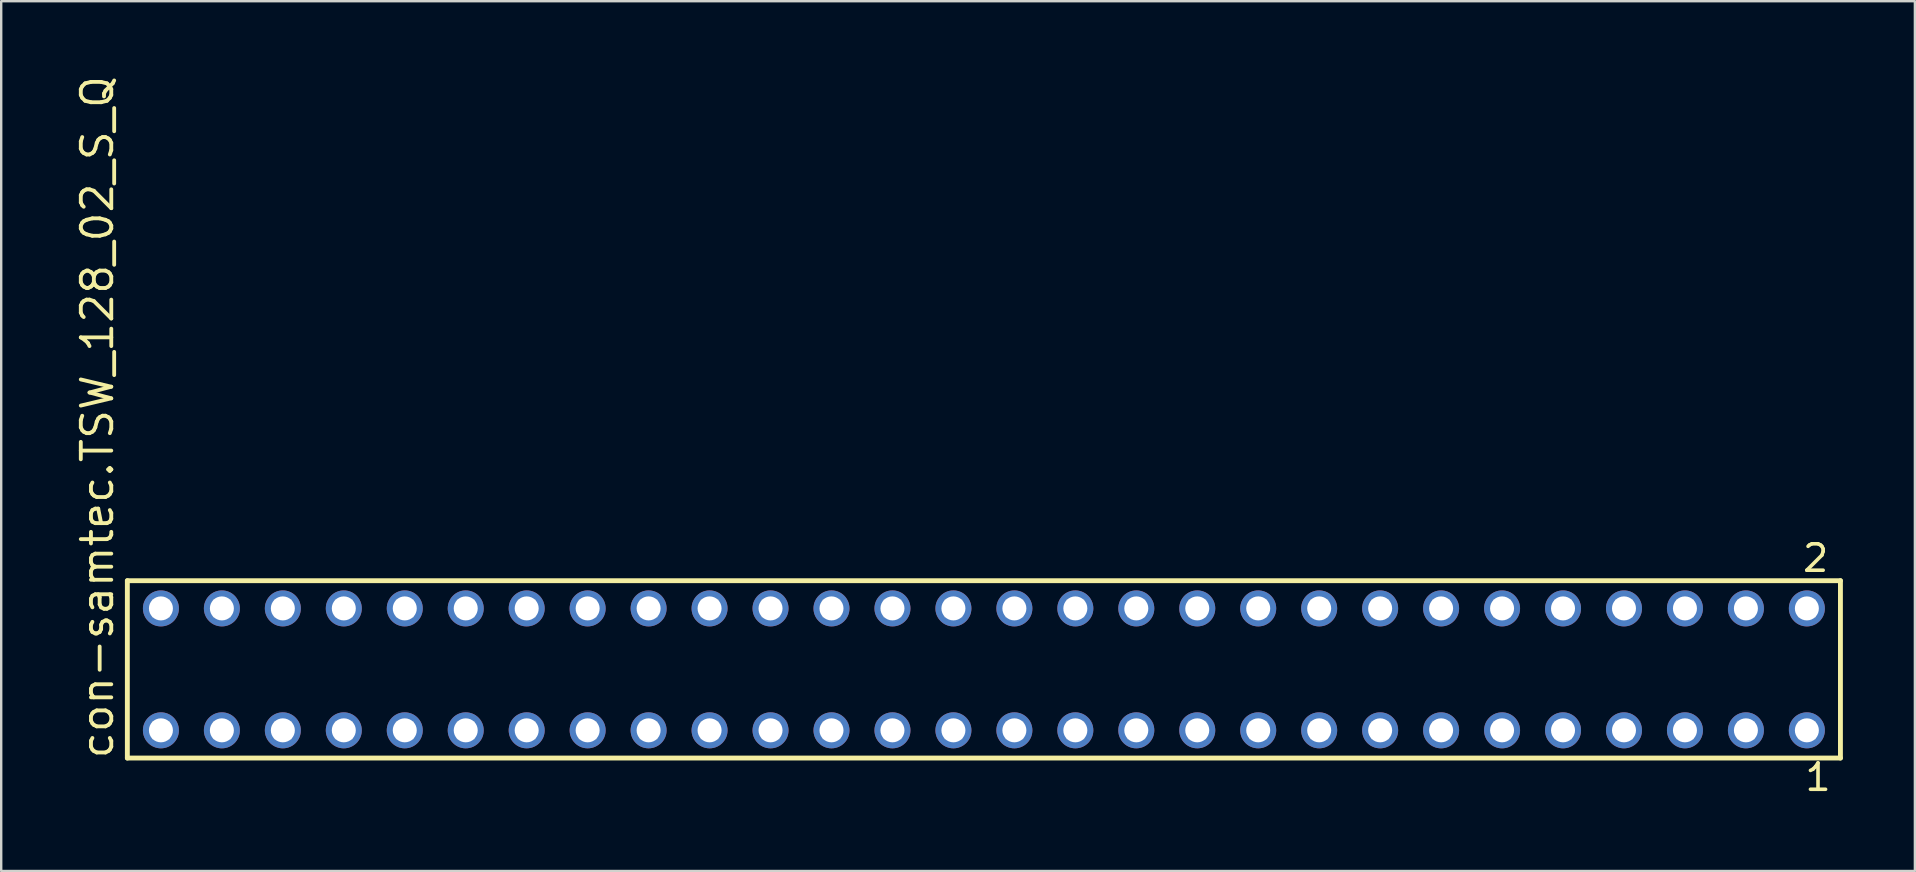
<source format=kicad_pcb>
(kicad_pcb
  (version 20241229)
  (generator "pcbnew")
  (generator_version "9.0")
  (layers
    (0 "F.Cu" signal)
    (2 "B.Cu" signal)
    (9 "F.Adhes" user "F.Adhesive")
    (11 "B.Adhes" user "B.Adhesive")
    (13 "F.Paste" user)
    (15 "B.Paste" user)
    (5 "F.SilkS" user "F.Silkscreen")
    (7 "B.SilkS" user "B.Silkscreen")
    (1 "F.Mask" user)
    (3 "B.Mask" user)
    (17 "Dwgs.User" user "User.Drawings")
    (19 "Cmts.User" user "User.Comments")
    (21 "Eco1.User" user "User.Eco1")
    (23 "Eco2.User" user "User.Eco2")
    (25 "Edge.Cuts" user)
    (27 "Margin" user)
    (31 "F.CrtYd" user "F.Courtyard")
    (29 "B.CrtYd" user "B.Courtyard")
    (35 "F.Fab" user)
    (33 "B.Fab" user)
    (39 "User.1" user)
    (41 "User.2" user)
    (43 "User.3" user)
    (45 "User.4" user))
  (footprint "con-samtec.TSW_128_02_S_Q"
    (layer "F.Cu")
    (at 37.945 24.84)
    (property "Reference" "con-samtec.TSW_128_02_S_Q" (at -36.195 3.81 90) (layer "F.SilkS") (effects (font (size 1.27 1.27) (thickness 0.16)) (justify left bottom)))
    (attr through_hole)
    (fp_line (start -35.689 -3.695) (end 35.689 -3.695) (stroke (width 0.203) (type default)) (layer "F.SilkS"))
    (fp_line (start -35.689 3.695) (end -35.689 -3.695) (stroke (width 0.203) (type default)) (layer "F.SilkS"))
    (fp_line (start 35.689 -3.695) (end 35.689 3.695) (stroke (width 0.203) (type default)) (layer "F.SilkS"))
    (fp_line (start 35.689 3.695) (end -35.689 3.695) (stroke (width 0.203) (type default)) (layer "F.SilkS"))
    (fp_rect (start -34.64 -2.19) (end -33.94 -2.89) (stroke (width 0.05) (type default)) (fill no) (layer "F.Fab"))
    (fp_rect (start -34.64 2.89) (end -33.94 2.19) (stroke (width 0.05) (type default)) (fill no) (layer "F.Fab"))
    (fp_rect (start -32.1 -2.19) (end -31.4 -2.89) (stroke (width 0.05) (type default)) (fill no) (layer "F.Fab"))
    (fp_rect (start -32.1 2.89) (end -31.4 2.19) (stroke (width 0.05) (type default)) (fill no) (layer "F.Fab"))
    (fp_rect (start -29.56 -2.19) (end -28.86 -2.89) (stroke (width 0.05) (type default)) (fill no) (layer "F.Fab"))
    (fp_rect (start -29.56 2.89) (end -28.86 2.19) (stroke (width 0.05) (type default)) (fill no) (layer "F.Fab"))
    (fp_rect (start -27.02 -2.19) (end -26.32 -2.89) (stroke (width 0.05) (type default)) (fill no) (layer "F.Fab"))
    (fp_rect (start -27.02 2.89) (end -26.32 2.19) (stroke (width 0.05) (type default)) (fill no) (layer "F.Fab"))
    (fp_rect (start -24.48 -2.19) (end -23.78 -2.89) (stroke (width 0.05) (type default)) (fill no) (layer "F.Fab"))
    (fp_rect (start -24.48 2.89) (end -23.78 2.19) (stroke (width 0.05) (type default)) (fill no) (layer "F.Fab"))
    (fp_rect (start -21.94 -2.19) (end -21.24 -2.89) (stroke (width 0.05) (type default)) (fill no) (layer "F.Fab"))
    (fp_rect (start -21.94 2.89) (end -21.24 2.19) (stroke (width 0.05) (type default)) (fill no) (layer "F.Fab"))
    (fp_rect (start -19.4 -2.19) (end -18.7 -2.89) (stroke (width 0.05) (type default)) (fill no) (layer "F.Fab"))
    (fp_rect (start -19.4 2.89) (end -18.7 2.19) (stroke (width 0.05) (type default)) (fill no) (layer "F.Fab"))
    (fp_rect (start -16.86 -2.19) (end -16.16 -2.89) (stroke (width 0.05) (type default)) (fill no) (layer "F.Fab"))
    (fp_rect (start -16.86 2.89) (end -16.16 2.19) (stroke (width 0.05) (type default)) (fill no) (layer "F.Fab"))
    (fp_rect (start -14.32 -2.19) (end -13.62 -2.89) (stroke (width 0.05) (type default)) (fill no) (layer "F.Fab"))
    (fp_rect (start -14.32 2.89) (end -13.62 2.19) (stroke (width 0.05) (type default)) (fill no) (layer "F.Fab"))
    (fp_rect (start -11.78 -2.19) (end -11.08 -2.89) (stroke (width 0.05) (type default)) (fill no) (layer "F.Fab"))
    (fp_rect (start -11.78 2.89) (end -11.08 2.19) (stroke (width 0.05) (type default)) (fill no) (layer "F.Fab"))
    (fp_rect (start -9.24 -2.19) (end -8.54 -2.89) (stroke (width 0.05) (type default)) (fill no) (layer "F.Fab"))
    (fp_rect (start -9.24 2.89) (end -8.54 2.19) (stroke (width 0.05) (type default)) (fill no) (layer "F.Fab"))
    (fp_rect (start -6.7 -2.19) (end -6 -2.89) (stroke (width 0.05) (type default)) (fill no) (layer "F.Fab"))
    (fp_rect (start -6.7 2.89) (end -6 2.19) (stroke (width 0.05) (type default)) (fill no) (layer "F.Fab"))
    (fp_rect (start -4.16 -2.19) (end -3.46 -2.89) (stroke (width 0.05) (type default)) (fill no) (layer "F.Fab"))
    (fp_rect (start -4.16 2.89) (end -3.46 2.19) (stroke (width 0.05) (type default)) (fill no) (layer "F.Fab"))
    (fp_rect (start -1.62 -2.19) (end -0.92 -2.89) (stroke (width 0.05) (type default)) (fill no) (layer "F.Fab"))
    (fp_rect (start -1.62 2.89) (end -0.92 2.19) (stroke (width 0.05) (type default)) (fill no) (layer "F.Fab"))
    (fp_rect (start 0.92 -2.19) (end 1.62 -2.89) (stroke (width 0.05) (type default)) (fill no) (layer "F.Fab"))
    (fp_rect (start 0.92 2.89) (end 1.62 2.19) (stroke (width 0.05) (type default)) (fill no) (layer "F.Fab"))
    (fp_rect (start 3.46 -2.19) (end 4.16 -2.89) (stroke (width 0.05) (type default)) (fill no) (layer "F.Fab"))
    (fp_rect (start 3.46 2.89) (end 4.16 2.19) (stroke (width 0.05) (type default)) (fill no) (layer "F.Fab"))
    (fp_rect (start 6 -2.19) (end 6.7 -2.89) (stroke (width 0.05) (type default)) (fill no) (layer "F.Fab"))
    (fp_rect (start 6 2.89) (end 6.7 2.19) (stroke (width 0.05) (type default)) (fill no) (layer "F.Fab"))
    (fp_rect (start 8.54 -2.19) (end 9.24 -2.89) (stroke (width 0.05) (type default)) (fill no) (layer "F.Fab"))
    (fp_rect (start 8.54 2.89) (end 9.24 2.19) (stroke (width 0.05) (type default)) (fill no) (layer "F.Fab"))
    (fp_rect (start 11.08 -2.19) (end 11.78 -2.89) (stroke (width 0.05) (type default)) (fill no) (layer "F.Fab"))
    (fp_rect (start 11.08 2.89) (end 11.78 2.19) (stroke (width 0.05) (type default)) (fill no) (layer "F.Fab"))
    (fp_rect (start 13.62 -2.19) (end 14.32 -2.89) (stroke (width 0.05) (type default)) (fill no) (layer "F.Fab"))
    (fp_rect (start 13.62 2.89) (end 14.32 2.19) (stroke (width 0.05) (type default)) (fill no) (layer "F.Fab"))
    (fp_rect (start 16.16 -2.19) (end 16.86 -2.89) (stroke (width 0.05) (type default)) (fill no) (layer "F.Fab"))
    (fp_rect (start 16.16 2.89) (end 16.86 2.19) (stroke (width 0.05) (type default)) (fill no) (layer "F.Fab"))
    (fp_rect (start 18.7 -2.19) (end 19.4 -2.89) (stroke (width 0.05) (type default)) (fill no) (layer "F.Fab"))
    (fp_rect (start 18.7 2.89) (end 19.4 2.19) (stroke (width 0.05) (type default)) (fill no) (layer "F.Fab"))
    (fp_rect (start 21.24 -2.19) (end 21.94 -2.89) (stroke (width 0.05) (type default)) (fill no) (layer "F.Fab"))
    (fp_rect (start 21.24 2.89) (end 21.94 2.19) (stroke (width 0.05) (type default)) (fill no) (layer "F.Fab"))
    (fp_rect (start 23.78 -2.19) (end 24.48 -2.89) (stroke (width 0.05) (type default)) (fill no) (layer "F.Fab"))
    (fp_rect (start 23.78 2.89) (end 24.48 2.19) (stroke (width 0.05) (type default)) (fill no) (layer "F.Fab"))
    (fp_rect (start 26.32 -2.19) (end 27.02 -2.89) (stroke (width 0.05) (type default)) (fill no) (layer "F.Fab"))
    (fp_rect (start 26.32 2.89) (end 27.02 2.19) (stroke (width 0.05) (type default)) (fill no) (layer "F.Fab"))
    (fp_rect (start 28.86 -2.19) (end 29.56 -2.89) (stroke (width 0.05) (type default)) (fill no) (layer "F.Fab"))
    (fp_rect (start 28.86 2.89) (end 29.56 2.19) (stroke (width 0.05) (type default)) (fill no) (layer "F.Fab"))
    (fp_rect (start 31.4 -2.19) (end 32.1 -2.89) (stroke (width 0.05) (type default)) (fill no) (layer "F.Fab"))
    (fp_rect (start 31.4 2.89) (end 32.1 2.19) (stroke (width 0.05) (type default)) (fill no) (layer "F.Fab"))
    (fp_rect (start 33.94 -2.19) (end 34.64 -2.89) (stroke (width 0.05) (type default)) (fill no) (layer "F.Fab"))
    (fp_rect (start 33.94 2.89) (end 34.64 2.19) (stroke (width 0.05) (type default)) (fill no) (layer "F.Fab"))
    (fp_text user "2" (at 34.032 -3.989 0) (layer "F.SilkS") (effects (font (size 1.1 1.1) (thickness 0.15)) (justify left bottom)))
    (fp_text user "1" (at 34.132 5.138 0) (layer "F.SilkS") (effects (font (size 1.1 1.1) (thickness 0.15)) (justify left bottom)))
    (pad "1" thru_hole circle (at 34.29 2.54 180) (size 1.5 1.5) (drill 1) (layers "*.Cu" "*.Mask"))
    (pad "2" thru_hole circle (at 34.29 -2.54 180) (size 1.5 1.5) (drill 1) (layers "*.Cu" "*.Mask"))
    (pad "3" thru_hole circle (at 31.75 2.54 180) (size 1.5 1.5) (drill 1) (layers "*.Cu" "*.Mask"))
    (pad "4" thru_hole circle (at 31.75 -2.54 180) (size 1.5 1.5) (drill 1) (layers "*.Cu" "*.Mask"))
    (pad "5" thru_hole circle (at 29.21 2.54 180) (size 1.5 1.5) (drill 1) (layers "*.Cu" "*.Mask"))
    (pad "6" thru_hole circle (at 29.21 -2.54 180) (size 1.5 1.5) (drill 1) (layers "*.Cu" "*.Mask"))
    (pad "7" thru_hole circle (at 26.67 2.54 180) (size 1.5 1.5) (drill 1) (layers "*.Cu" "*.Mask"))
    (pad "8" thru_hole circle (at 26.67 -2.54 180) (size 1.5 1.5) (drill 1) (layers "*.Cu" "*.Mask"))
    (pad "9" thru_hole circle (at 24.13 2.54 180) (size 1.5 1.5) (drill 1) (layers "*.Cu" "*.Mask"))
    (pad "10" thru_hole circle (at 24.13 -2.54 180) (size 1.5 1.5) (drill 1) (layers "*.Cu" "*.Mask"))
    (pad "11" thru_hole circle (at 21.59 2.54 180) (size 1.5 1.5) (drill 1) (layers "*.Cu" "*.Mask"))
    (pad "12" thru_hole circle (at 21.59 -2.54 180) (size 1.5 1.5) (drill 1) (layers "*.Cu" "*.Mask"))
    (pad "13" thru_hole circle (at 19.05 2.54 180) (size 1.5 1.5) (drill 1) (layers "*.Cu" "*.Mask"))
    (pad "14" thru_hole circle (at 19.05 -2.54 180) (size 1.5 1.5) (drill 1) (layers "*.Cu" "*.Mask"))
    (pad "15" thru_hole circle (at 16.51 2.54 180) (size 1.5 1.5) (drill 1) (layers "*.Cu" "*.Mask"))
    (pad "16" thru_hole circle (at 16.51 -2.54 180) (size 1.5 1.5) (drill 1) (layers "*.Cu" "*.Mask"))
    (pad "17" thru_hole circle (at 13.97 2.54 180) (size 1.5 1.5) (drill 1) (layers "*.Cu" "*.Mask"))
    (pad "18" thru_hole circle (at 13.97 -2.54 180) (size 1.5 1.5) (drill 1) (layers "*.Cu" "*.Mask"))
    (pad "19" thru_hole circle (at 11.43 2.54 180) (size 1.5 1.5) (drill 1) (layers "*.Cu" "*.Mask"))
    (pad "20" thru_hole circle (at 11.43 -2.54 180) (size 1.5 1.5) (drill 1) (layers "*.Cu" "*.Mask"))
    (pad "21" thru_hole circle (at 8.89 2.54 180) (size 1.5 1.5) (drill 1) (layers "*.Cu" "*.Mask"))
    (pad "22" thru_hole circle (at 8.89 -2.54 180) (size 1.5 1.5) (drill 1) (layers "*.Cu" "*.Mask"))
    (pad "23" thru_hole circle (at 6.35 2.54 180) (size 1.5 1.5) (drill 1) (layers "*.Cu" "*.Mask"))
    (pad "24" thru_hole circle (at 6.35 -2.54 180) (size 1.5 1.5) (drill 1) (layers "*.Cu" "*.Mask"))
    (pad "25" thru_hole circle (at 3.81 2.54 180) (size 1.5 1.5) (drill 1) (layers "*.Cu" "*.Mask"))
    (pad "26" thru_hole circle (at 3.81 -2.54 180) (size 1.5 1.5) (drill 1) (layers "*.Cu" "*.Mask"))
    (pad "27" thru_hole circle (at 1.27 2.54 180) (size 1.5 1.5) (drill 1) (layers "*.Cu" "*.Mask"))
    (pad "28" thru_hole circle (at 1.27 -2.54 180) (size 1.5 1.5) (drill 1) (layers "*.Cu" "*.Mask"))
    (pad "29" thru_hole circle (at -1.27 2.54 180) (size 1.5 1.5) (drill 1) (layers "*.Cu" "*.Mask"))
    (pad "30" thru_hole circle (at -1.27 -2.54 180) (size 1.5 1.5) (drill 1) (layers "*.Cu" "*.Mask"))
    (pad "31" thru_hole circle (at -3.81 2.54 180) (size 1.5 1.5) (drill 1) (layers "*.Cu" "*.Mask"))
    (pad "32" thru_hole circle (at -3.81 -2.54 180) (size 1.5 1.5) (drill 1) (layers "*.Cu" "*.Mask"))
    (pad "33" thru_hole circle (at -6.35 2.54 180) (size 1.5 1.5) (drill 1) (layers "*.Cu" "*.Mask"))
    (pad "34" thru_hole circle (at -6.35 -2.54 180) (size 1.5 1.5) (drill 1) (layers "*.Cu" "*.Mask"))
    (pad "35" thru_hole circle (at -8.89 2.54 180) (size 1.5 1.5) (drill 1) (layers "*.Cu" "*.Mask"))
    (pad "36" thru_hole circle (at -8.89 -2.54 180) (size 1.5 1.5) (drill 1) (layers "*.Cu" "*.Mask"))
    (pad "37" thru_hole circle (at -11.43 2.54 180) (size 1.5 1.5) (drill 1) (layers "*.Cu" "*.Mask"))
    (pad "38" thru_hole circle (at -11.43 -2.54 180) (size 1.5 1.5) (drill 1) (layers "*.Cu" "*.Mask"))
    (pad "39" thru_hole circle (at -13.97 2.54 180) (size 1.5 1.5) (drill 1) (layers "*.Cu" "*.Mask"))
    (pad "40" thru_hole circle (at -13.97 -2.54 180) (size 1.5 1.5) (drill 1) (layers "*.Cu" "*.Mask"))
    (pad "41" thru_hole circle (at -16.51 2.54 180) (size 1.5 1.5) (drill 1) (layers "*.Cu" "*.Mask"))
    (pad "42" thru_hole circle (at -16.51 -2.54 180) (size 1.5 1.5) (drill 1) (layers "*.Cu" "*.Mask"))
    (pad "43" thru_hole circle (at -19.05 2.54 180) (size 1.5 1.5) (drill 1) (layers "*.Cu" "*.Mask"))
    (pad "44" thru_hole circle (at -19.05 -2.54 180) (size 1.5 1.5) (drill 1) (layers "*.Cu" "*.Mask"))
    (pad "45" thru_hole circle (at -21.59 2.54 180) (size 1.5 1.5) (drill 1) (layers "*.Cu" "*.Mask"))
    (pad "46" thru_hole circle (at -21.59 -2.54 180) (size 1.5 1.5) (drill 1) (layers "*.Cu" "*.Mask"))
    (pad "47" thru_hole circle (at -24.13 2.54 180) (size 1.5 1.5) (drill 1) (layers "*.Cu" "*.Mask"))
    (pad "48" thru_hole circle (at -24.13 -2.54 180) (size 1.5 1.5) (drill 1) (layers "*.Cu" "*.Mask"))
    (pad "49" thru_hole circle (at -26.67 2.54 180) (size 1.5 1.5) (drill 1) (layers "*.Cu" "*.Mask"))
    (pad "50" thru_hole circle (at -26.67 -2.54 180) (size 1.5 1.5) (drill 1) (layers "*.Cu" "*.Mask"))
    (pad "51" thru_hole circle (at -29.21 2.54 180) (size 1.5 1.5) (drill 1) (layers "*.Cu" "*.Mask"))
    (pad "52" thru_hole circle (at -29.21 -2.54 180) (size 1.5 1.5) (drill 1) (layers "*.Cu" "*.Mask"))
    (pad "53" thru_hole circle (at -31.75 2.54 180) (size 1.5 1.5) (drill 1) (layers "*.Cu" "*.Mask"))
    (pad "54" thru_hole circle (at -31.75 -2.54 180) (size 1.5 1.5) (drill 1) (layers "*.Cu" "*.Mask"))
    (pad "55" thru_hole circle (at -34.29 2.54 180) (size 1.5 1.5) (drill 1) (layers "*.Cu" "*.Mask"))
    (pad "56" thru_hole circle (at -34.29 -2.54 180) (size 1.5 1.5) (drill 1) (layers "*.Cu" "*.Mask")))
  (gr_rect
    (start -3 -3)
    (end 76.736 33.241)
    (stroke (width 0.1) (type default))
    (fill no)
    (layer "Edge.Cuts")))
</source>
